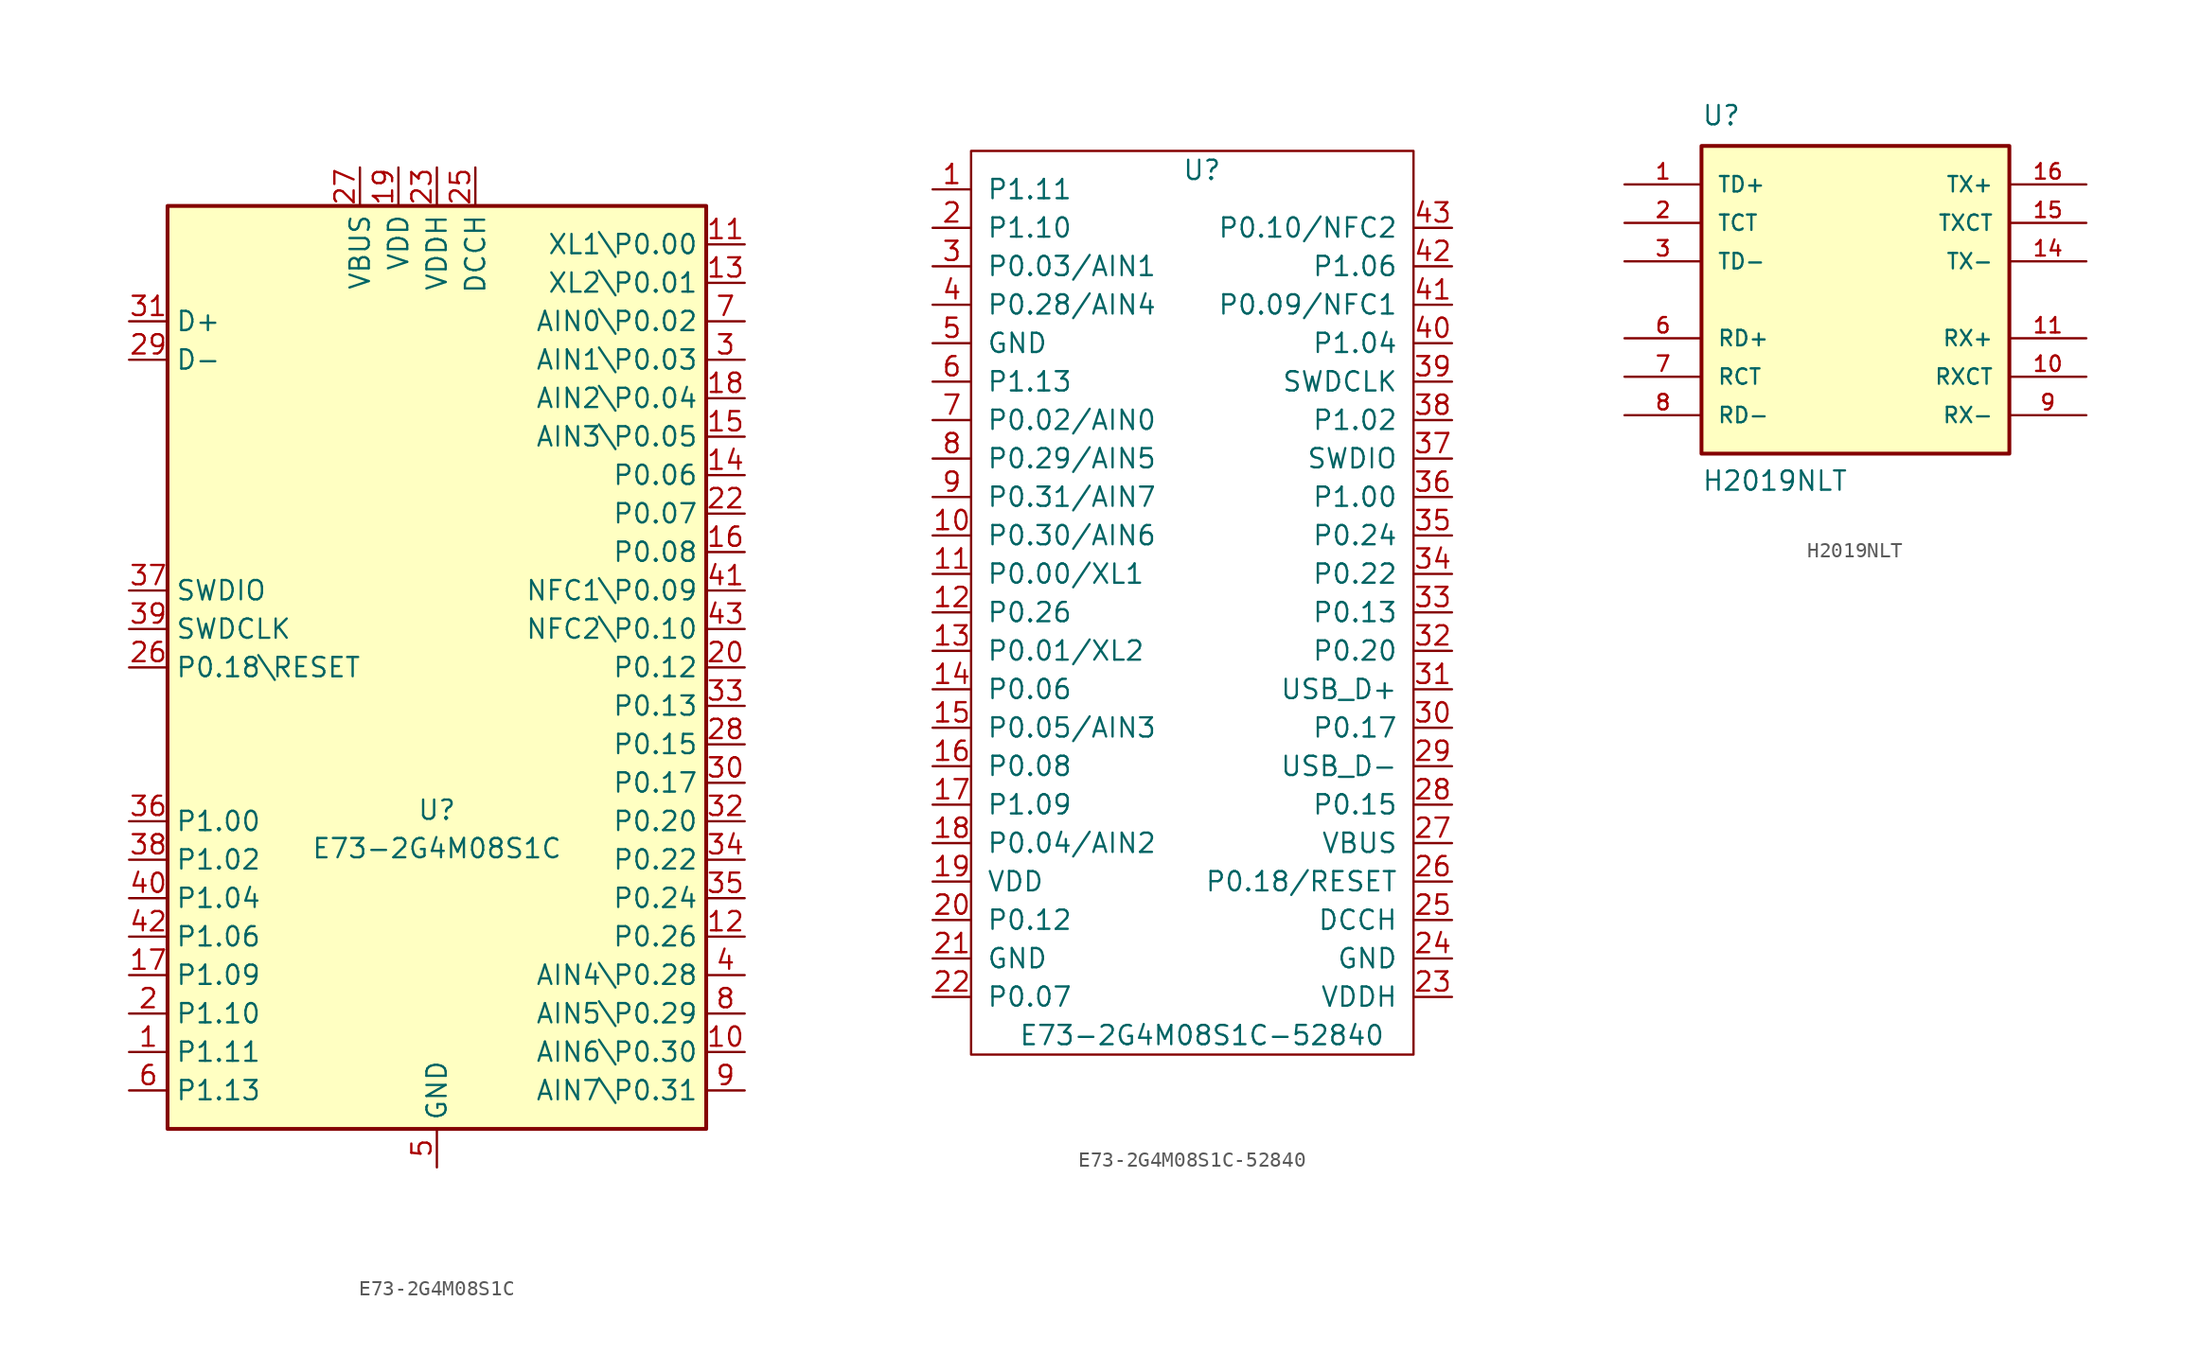
<source format=kicad_sym>
(kicad_symbol_lib
  (version 20201005)
  (generator kicad_symbol_editor)
  (symbol "IC_library:E73-2G4M08S1C"
    (property "Reference" "U"
      (at 0 -10.16 0)
      (effects (font (size 1.27 1.27)) (justify bottom)))
    (property "Value" "E73-2G4M08S1C"
      (at 0 -12.7 0)
      (effects (font (size 1.27 1.27)) (justify bottom)))
    (symbol "E73-2G4M08S1C_0_1"
      (rectangle (start -17.78 30.48) (end 17.78 -30.48) (stroke (width 0.254)) (fill (type background))))
    (symbol "E73-2G4M08S1C_1_1"
      (pin bidirectional line (at -20.32 -25.4 0) (length 2.54) (name "P1.11" (effects (font (size 1.27 1.27)))) (number "1" (effects (font (size 1.27 1.27)))))
      (pin bidirectional line (at 20.32 -25.4 180) (length 2.54) (name "AIN6\\P0.30" (effects (font (size 1.27 1.27)))) (number "10" (effects (font (size 1.27 1.27)))))
      (pin bidirectional line (at 20.32 27.94 180) (length 2.54) (name "XL1\\P0.00" (effects (font (size 1.27 1.27)))) (number "11" (effects (font (size 1.27 1.27)))))
      (pin bidirectional line (at 20.32 -17.78 180) (length 2.54) (name "P0.26" (effects (font (size 1.27 1.27)))) (number "12" (effects (font (size 1.27 1.27)))))
      (pin bidirectional line (at 20.32 25.4 180) (length 2.54) (name "XL2\\P0.01" (effects (font (size 1.27 1.27)))) (number "13" (effects (font (size 1.27 1.27)))))
      (pin bidirectional line (at 20.32 12.7 180) (length 2.54) (name "P0.06" (effects (font (size 1.27 1.27)))) (number "14" (effects (font (size 1.27 1.27)))))
      (pin bidirectional line (at 20.32 15.24 180) (length 2.54) (name "AIN3\\P0.05" (effects (font (size 1.27 1.27)))) (number "15" (effects (font (size 1.27 1.27)))))
      (pin bidirectional line (at 20.32 7.62 180) (length 2.54) (name "P0.08" (effects (font (size 1.27 1.27)))) (number "16" (effects (font (size 1.27 1.27)))))
      (pin bidirectional line (at -20.32 -20.32 0) (length 2.54) (name "P1.09" (effects (font (size 1.27 1.27)))) (number "17" (effects (font (size 1.27 1.27)))))
      (pin bidirectional line (at 20.32 17.78 180) (length 2.54) (name "AIN2\\P0.04" (effects (font (size 1.27 1.27)))) (number "18" (effects (font (size 1.27 1.27)))))
      (pin power_in line (at -2.54 33.02 270) (length 2.54) (name "VDD" (effects (font (size 1.27 1.27)))) (number "19" (effects (font (size 1.27 1.27)))))
      (pin bidirectional line (at -20.32 -22.86 0) (length 2.54) (name "P1.10" (effects (font (size 1.27 1.27)))) (number "2" (effects (font (size 1.27 1.27)))))
      (pin bidirectional line (at 20.32 0 180) (length 2.54) (name "P0.12" (effects (font (size 1.27 1.27)))) (number "20" (effects (font (size 1.27 1.27)))))
      (pin passive line (at 0 -33.02 90) (length 2.54) hide (name "GND" (effects (font (size 1.27 1.27)))) (number "21" (effects (font (size 1.27 1.27)))))
      (pin bidirectional line (at 20.32 10.16 180) (length 2.54) (name "P0.07" (effects (font (size 1.27 1.27)))) (number "22" (effects (font (size 1.27 1.27)))))
      (pin power_in line (at 0 33.02 270) (length 2.54) (name "VDDH" (effects (font (size 1.27 1.27)))) (number "23" (effects (font (size 1.27 1.27)))))
      (pin passive line (at 0 -33.02 90) (length 2.54) hide (name "GND" (effects (font (size 1.27 1.27)))) (number "24" (effects (font (size 1.27 1.27)))))
      (pin power_out line (at 2.54 33.02 270) (length 2.54) (name "DCCH" (effects (font (size 1.27 1.27)))) (number "25" (effects (font (size 1.27 1.27)))))
      (pin bidirectional line (at -20.32 0 0) (length 2.54) (name "P0.18\\RESET" (effects (font (size 1.27 1.27)))) (number "26" (effects (font (size 1.27 1.27)))))
      (pin power_in line (at -5.08 33.02 270) (length 2.54) (name "VBUS" (effects (font (size 1.27 1.27)))) (number "27" (effects (font (size 1.27 1.27)))))
      (pin bidirectional line (at 20.32 -5.08 180) (length 2.54) (name "P0.15" (effects (font (size 1.27 1.27)))) (number "28" (effects (font (size 1.27 1.27)))))
      (pin bidirectional line (at -20.32 20.32 0) (length 2.54) (name "D-" (effects (font (size 1.27 1.27)))) (number "29" (effects (font (size 1.27 1.27)))))
      (pin bidirectional line (at 20.32 20.32 180) (length 2.54) (name "AIN1\\P0.03" (effects (font (size 1.27 1.27)))) (number "3" (effects (font (size 1.27 1.27)))))
      (pin bidirectional line (at 20.32 -7.62 180) (length 2.54) (name "P0.17" (effects (font (size 1.27 1.27)))) (number "30" (effects (font (size 1.27 1.27)))))
      (pin bidirectional line (at -20.32 22.86 0) (length 2.54) (name "D+" (effects (font (size 1.27 1.27)))) (number "31" (effects (font (size 1.27 1.27)))))
      (pin bidirectional line (at 20.32 -10.16 180) (length 2.54) (name "P0.20" (effects (font (size 1.27 1.27)))) (number "32" (effects (font (size 1.27 1.27)))))
      (pin bidirectional line (at 20.32 -2.54 180) (length 2.54) (name "P0.13" (effects (font (size 1.27 1.27)))) (number "33" (effects (font (size 1.27 1.27)))))
      (pin bidirectional line (at 20.32 -12.7 180) (length 2.54) (name "P0.22" (effects (font (size 1.27 1.27)))) (number "34" (effects (font (size 1.27 1.27)))))
      (pin bidirectional line (at 20.32 -15.24 180) (length 2.54) (name "P0.24" (effects (font (size 1.27 1.27)))) (number "35" (effects (font (size 1.27 1.27)))))
      (pin bidirectional line (at -20.32 -10.16 0) (length 2.54) (name "P1.00" (effects (font (size 1.27 1.27)))) (number "36" (effects (font (size 1.27 1.27)))))
      (pin bidirectional line (at -20.32 5.08 0) (length 2.54) (name "SWDIO" (effects (font (size 1.27 1.27)))) (number "37" (effects (font (size 1.27 1.27)))))
      (pin bidirectional line (at -20.32 -12.7 0) (length 2.54) (name "P1.02" (effects (font (size 1.27 1.27)))) (number "38" (effects (font (size 1.27 1.27)))))
      (pin bidirectional line (at -20.32 2.54 0) (length 2.54) (name "SWDCLK" (effects (font (size 1.27 1.27)))) (number "39" (effects (font (size 1.27 1.27)))))
      (pin bidirectional line (at 20.32 -20.32 180) (length 2.54) (name "AIN4\\P0.28" (effects (font (size 1.27 1.27)))) (number "4" (effects (font (size 1.27 1.27)))))
      (pin bidirectional line (at -20.32 -15.24 0) (length 2.54) (name "P1.04" (effects (font (size 1.27 1.27)))) (number "40" (effects (font (size 1.27 1.27)))))
      (pin bidirectional line (at 20.32 5.08 180) (length 2.54) (name "NFC1\\P0.09" (effects (font (size 1.27 1.27)))) (number "41" (effects (font (size 1.27 1.27)))))
      (pin bidirectional line (at -20.32 -17.78 0) (length 2.54) (name "P1.06" (effects (font (size 1.27 1.27)))) (number "42" (effects (font (size 1.27 1.27)))))
      (pin bidirectional line (at 20.32 2.54 180) (length 2.54) (name "NFC2\\P0.10" (effects (font (size 1.27 1.27)))) (number "43" (effects (font (size 1.27 1.27)))))
      (pin power_in line (at 0 -33.02 90) (length 2.54) (name "GND" (effects (font (size 1.27 1.27)))) (number "5" (effects (font (size 1.27 1.27)))))
      (pin bidirectional line (at -20.32 -27.94 0) (length 2.54) (name "P1.13" (effects (font (size 1.27 1.27)))) (number "6" (effects (font (size 1.27 1.27)))))
      (pin bidirectional line (at 20.32 22.86 180) (length 2.54) (name "AIN0\\P0.02" (effects (font (size 1.27 1.27)))) (number "7" (effects (font (size 1.27 1.27)))))
      (pin bidirectional line (at 20.32 -22.86 180) (length 2.54) (name "AIN5\\P0.29" (effects (font (size 1.27 1.27)))) (number "8" (effects (font (size 1.27 1.27)))))
      (pin bidirectional line (at 20.32 -27.94 180) (length 2.54) (name "AIN7\\P0.31" (effects (font (size 1.27 1.27)))) (number "9" (effects (font (size 1.27 1.27)))))))
  (symbol "IC_library:E73-2G4M08S1C-52840"
    (pin_names
      (offset 1.016))
    (property "Reference" "U"
      (at 0 29.21 0)
      (effects (font (size 1.27 1.27))))
    (property "Value" "E73-2G4M08S1C-52840"
      (at 0 -27.94 0)
      (effects (font (size 1.27 1.27))))
    (symbol "E73-2G4M08S1C-52840_0_1"
      (rectangle (start -15.24 30.48) (end 13.97 -29.21) (stroke (width 0)) (fill (type none))))
    (symbol "E73-2G4M08S1C-52840_1_1"
      (pin input line (at -17.78 27.94 0) (length 2.54) (name "P1.11" (effects (font (size 1.27 1.27)))) (number "1" (effects (font (size 1.27 1.27)))))
      (pin input line (at -17.78 5.08 0) (length 2.54) (name "P0.30/AIN6" (effects (font (size 1.27 1.27)))) (number "10" (effects (font (size 1.27 1.27)))))
      (pin input line (at -17.78 2.54 0) (length 2.54) (name "P0.00/XL1" (effects (font (size 1.27 1.27)))) (number "11" (effects (font (size 1.27 1.27)))))
      (pin input line (at -17.78 0 0) (length 2.54) (name "P0.26" (effects (font (size 1.27 1.27)))) (number "12" (effects (font (size 1.27 1.27)))))
      (pin input line (at -17.78 -2.54 0) (length 2.54) (name "P0.01/XL2" (effects (font (size 1.27 1.27)))) (number "13" (effects (font (size 1.27 1.27)))))
      (pin input line (at -17.78 -5.08 0) (length 2.54) (name "P0.06" (effects (font (size 1.27 1.27)))) (number "14" (effects (font (size 1.27 1.27)))))
      (pin input line (at -17.78 -7.62 0) (length 2.54) (name "P0.05/AIN3" (effects (font (size 1.27 1.27)))) (number "15" (effects (font (size 1.27 1.27)))))
      (pin input line (at -17.78 -10.16 0) (length 2.54) (name "P0.08" (effects (font (size 1.27 1.27)))) (number "16" (effects (font (size 1.27 1.27)))))
      (pin input line (at -17.78 -12.7 0) (length 2.54) (name "P1.09" (effects (font (size 1.27 1.27)))) (number "17" (effects (font (size 1.27 1.27)))))
      (pin input line (at -17.78 -15.24 0) (length 2.54) (name "P0.04/AIN2" (effects (font (size 1.27 1.27)))) (number "18" (effects (font (size 1.27 1.27)))))
      (pin power_in line (at -17.78 -17.78 0) (length 2.54) (name "VDD" (effects (font (size 1.27 1.27)))) (number "19" (effects (font (size 1.27 1.27)))))
      (pin input line (at -17.78 25.4 0) (length 2.54) (name "P1.10" (effects (font (size 1.27 1.27)))) (number "2" (effects (font (size 1.27 1.27)))))
      (pin input line (at -17.78 -20.32 0) (length 2.54) (name "P0.12" (effects (font (size 1.27 1.27)))) (number "20" (effects (font (size 1.27 1.27)))))
      (pin power_in line (at -17.78 -22.86 0) (length 2.54) (name "GND" (effects (font (size 1.27 1.27)))) (number "21" (effects (font (size 1.27 1.27)))))
      (pin input line (at -17.78 -25.4 0) (length 2.54) (name "P0.07" (effects (font (size 1.27 1.27)))) (number "22" (effects (font (size 1.27 1.27)))))
      (pin power_in line (at 16.51 -25.4 180) (length 2.54) (name "VDDH" (effects (font (size 1.27 1.27)))) (number "23" (effects (font (size 1.27 1.27)))))
      (pin power_in line (at 16.51 -22.86 180) (length 2.54) (name "GND" (effects (font (size 1.27 1.27)))) (number "24" (effects (font (size 1.27 1.27)))))
      (pin power_out line (at 16.51 -20.32 180) (length 2.54) (name "DCCH" (effects (font (size 1.27 1.27)))) (number "25" (effects (font (size 1.27 1.27)))))
      (pin input line (at 16.51 -17.78 180) (length 2.54) (name "P0.18/RESET" (effects (font (size 1.27 1.27)))) (number "26" (effects (font (size 1.27 1.27)))))
      (pin power_in line (at 16.51 -15.24 180) (length 2.54) (name "VBUS" (effects (font (size 1.27 1.27)))) (number "27" (effects (font (size 1.27 1.27)))))
      (pin power_in line (at 16.51 -12.7 180) (length 2.54) (name "P0.15" (effects (font (size 1.27 1.27)))) (number "28" (effects (font (size 1.27 1.27)))))
      (pin input line (at 16.51 -10.16 180) (length 2.54) (name "USB_D-" (effects (font (size 1.27 1.27)))) (number "29" (effects (font (size 1.27 1.27)))))
      (pin input line (at -17.78 22.86 0) (length 2.54) (name "P0.03/AIN1" (effects (font (size 1.27 1.27)))) (number "3" (effects (font (size 1.27 1.27)))))
      (pin input line (at 16.51 -7.62 180) (length 2.54) (name "P0.17" (effects (font (size 1.27 1.27)))) (number "30" (effects (font (size 1.27 1.27)))))
      (pin input line (at 16.51 -5.08 180) (length 2.54) (name "USB_D+" (effects (font (size 1.27 1.27)))) (number "31" (effects (font (size 1.27 1.27)))))
      (pin input line (at 16.51 -2.54 180) (length 2.54) (name "P0.20" (effects (font (size 1.27 1.27)))) (number "32" (effects (font (size 1.27 1.27)))))
      (pin input line (at 16.51 0 180) (length 2.54) (name "P0.13" (effects (font (size 1.27 1.27)))) (number "33" (effects (font (size 1.27 1.27)))))
      (pin input line (at 16.51 2.54 180) (length 2.54) (name "P0.22" (effects (font (size 1.27 1.27)))) (number "34" (effects (font (size 1.27 1.27)))))
      (pin input line (at 16.51 5.08 180) (length 2.54) (name "P0.24" (effects (font (size 1.27 1.27)))) (number "35" (effects (font (size 1.27 1.27)))))
      (pin input line (at 16.51 7.62 180) (length 2.54) (name "P1.00" (effects (font (size 1.27 1.27)))) (number "36" (effects (font (size 1.27 1.27)))))
      (pin input line (at 16.51 10.16 180) (length 2.54) (name "SWDIO" (effects (font (size 1.27 1.27)))) (number "37" (effects (font (size 1.27 1.27)))))
      (pin input line (at 16.51 12.7 180) (length 2.54) (name "P1.02" (effects (font (size 1.27 1.27)))) (number "38" (effects (font (size 1.27 1.27)))))
      (pin input line (at 16.51 15.24 180) (length 2.54) (name "SWDCLK" (effects (font (size 1.27 1.27)))) (number "39" (effects (font (size 1.27 1.27)))))
      (pin input line (at -17.78 20.32 0) (length 2.54) (name "P0.28/AIN4" (effects (font (size 1.27 1.27)))) (number "4" (effects (font (size 1.27 1.27)))))
      (pin input line (at 16.51 17.78 180) (length 2.54) (name "P1.04" (effects (font (size 1.27 1.27)))) (number "40" (effects (font (size 1.27 1.27)))))
      (pin input line (at 16.51 20.32 180) (length 2.54) (name "P0.09/NFC1" (effects (font (size 1.27 1.27)))) (number "41" (effects (font (size 1.27 1.27)))))
      (pin input line (at 16.51 22.86 180) (length 2.54) (name "P1.06" (effects (font (size 1.27 1.27)))) (number "42" (effects (font (size 1.27 1.27)))))
      (pin input line (at 16.51 25.4 180) (length 2.54) (name "P0.10/NFC2" (effects (font (size 1.27 1.27)))) (number "43" (effects (font (size 1.27 1.27)))))
      (pin power_in line (at -17.78 17.78 0) (length 2.54) (name "GND" (effects (font (size 1.27 1.27)))) (number "5" (effects (font (size 1.27 1.27)))))
      (pin input line (at -17.78 15.24 0) (length 2.54) (name "P1.13" (effects (font (size 1.27 1.27)))) (number "6" (effects (font (size 1.27 1.27)))))
      (pin input line (at -17.78 12.7 0) (length 2.54) (name "P0.02/AIN0" (effects (font (size 1.27 1.27)))) (number "7" (effects (font (size 1.27 1.27)))))
      (pin input line (at -17.78 10.16 0) (length 2.54) (name "P0.29/AIN5" (effects (font (size 1.27 1.27)))) (number "8" (effects (font (size 1.27 1.27)))))
      (pin input line (at -17.78 7.62 0) (length 2.54) (name "P0.31/AIN7" (effects (font (size 1.27 1.27)))) (number "9" (effects (font (size 1.27 1.27)))))))
  (symbol "IC_library:H2019NLT"
    (pin_names
      (offset 1.016))
    (property "Reference" "U"
      (at -10.16 11.43 0)
      (effects (font (size 1.27 1.27)) (justify left bottom)))
    (property "Value" "H2019NLT"
      (at -10.16 -12.7 0)
      (effects (font (size 1.27 1.27)) (justify left bottom)))
    (symbol "H2019NLT_0_0"
      (rectangle (start -10.16 -10.16) (end 10.16 10.16) (stroke (width 0.254)) (fill (type background)))
      (pin passive line (at -15.24 7.62 0) (length 5.08) (name "TD+" (effects (font (size 1.016 1.016)))) (number "1" (effects (font (size 1.016 1.016)))))
      (pin passive line (at 15.24 -5.08 180) (length 5.08) (name "RXCT" (effects (font (size 1.016 1.016)))) (number "10" (effects (font (size 1.016 1.016)))))
      (pin passive line (at 15.24 -2.54 180) (length 5.08) (name "RX+" (effects (font (size 1.016 1.016)))) (number "11" (effects (font (size 1.016 1.016)))))
      (pin passive line (at 15.24 2.54 180) (length 5.08) (name "TX-" (effects (font (size 1.016 1.016)))) (number "14" (effects (font (size 1.016 1.016)))))
      (pin passive line (at 15.24 5.08 180) (length 5.08) (name "TXCT" (effects (font (size 1.016 1.016)))) (number "15" (effects (font (size 1.016 1.016)))))
      (pin passive line (at 15.24 7.62 180) (length 5.08) (name "TX+" (effects (font (size 1.016 1.016)))) (number "16" (effects (font (size 1.016 1.016)))))
      (pin passive line (at -15.24 5.08 0) (length 5.08) (name "TCT" (effects (font (size 1.016 1.016)))) (number "2" (effects (font (size 1.016 1.016)))))
      (pin passive line (at -15.24 2.54 0) (length 5.08) (name "TD-" (effects (font (size 1.016 1.016)))) (number "3" (effects (font (size 1.016 1.016)))))
      (pin passive line (at -15.24 -2.54 0) (length 5.08) (name "RD+" (effects (font (size 1.016 1.016)))) (number "6" (effects (font (size 1.016 1.016)))))
      (pin passive line (at -15.24 -5.08 0) (length 5.08) (name "RCT" (effects (font (size 1.016 1.016)))) (number "7" (effects (font (size 1.016 1.016)))))
      (pin passive line (at -15.24 -7.62 0) (length 5.08) (name "RD-" (effects (font (size 1.016 1.016)))) (number "8" (effects (font (size 1.016 1.016)))))
      (pin passive line (at 15.24 -7.62 180) (length 5.08) (name "RX-" (effects (font (size 1.016 1.016)))) (number "9" (effects (font (size 1.016 1.016))))))))
</source>
